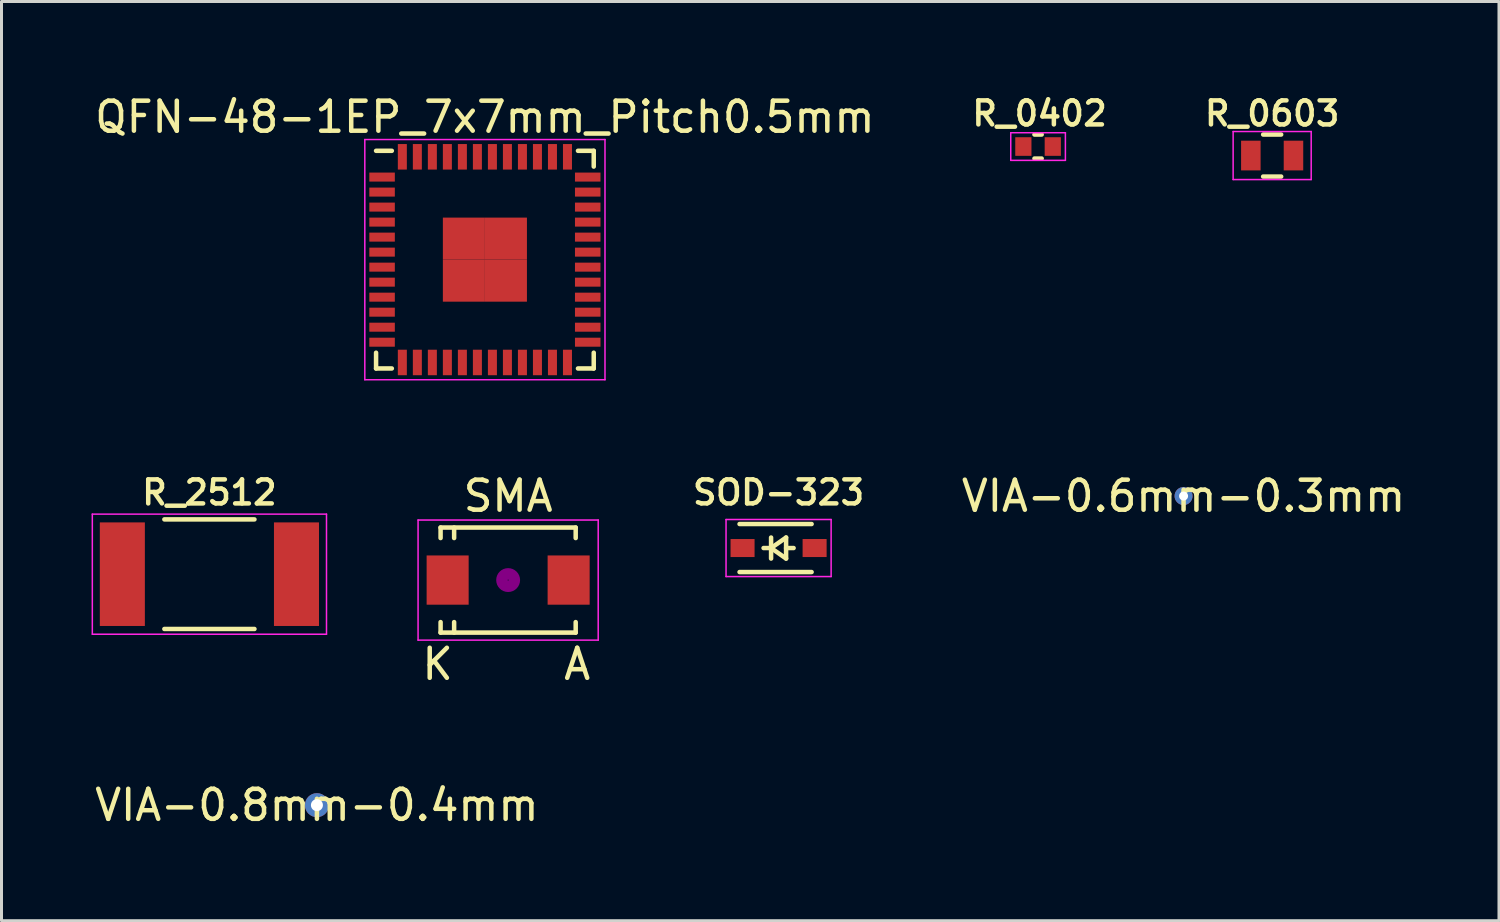
<source format=kicad_pcb>
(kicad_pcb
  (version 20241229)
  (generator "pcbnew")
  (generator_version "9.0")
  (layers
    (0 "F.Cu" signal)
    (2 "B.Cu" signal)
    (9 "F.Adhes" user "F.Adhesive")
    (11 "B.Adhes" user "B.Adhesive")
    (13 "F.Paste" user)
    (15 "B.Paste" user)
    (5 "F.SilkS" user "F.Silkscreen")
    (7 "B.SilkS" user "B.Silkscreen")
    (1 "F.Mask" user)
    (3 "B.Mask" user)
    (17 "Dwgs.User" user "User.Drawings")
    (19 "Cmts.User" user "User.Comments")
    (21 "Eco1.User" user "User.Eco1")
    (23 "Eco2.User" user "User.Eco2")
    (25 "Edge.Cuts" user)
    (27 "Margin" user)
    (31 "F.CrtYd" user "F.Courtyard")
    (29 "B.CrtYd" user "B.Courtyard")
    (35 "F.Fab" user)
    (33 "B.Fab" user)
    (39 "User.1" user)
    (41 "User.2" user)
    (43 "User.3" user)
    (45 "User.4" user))
  (footprint "SOD-323"
    (layer "F.Cu")
    (at 22.883 15.204)
    (property "Reference" "SOD-323" (at 0 -1.85 0) (layer "F.SilkS") (effects (font (size 0.8 0.8) (thickness 0.15))))
    (attr smd)
    (fp_line (start -1.3 -0.8) (end 1.1 -0.8) (stroke (width 0.15) (type solid)) (layer "F.SilkS"))
    (fp_line (start -1.3 0.8) (end 1.1 0.8) (stroke (width 0.15) (type solid)) (layer "F.SilkS"))
    (fp_line (start -0.25 -0.35) (end -0.25 0.35) (stroke (width 0.15) (type solid)) (layer "F.SilkS"))
    (fp_line (start -0.25 0) (end -0.5 0) (stroke (width 0.15) (type solid)) (layer "F.SilkS"))
    (fp_line (start -0.25 0) (end 0.25 -0.35) (stroke (width 0.15) (type solid)) (layer "F.SilkS"))
    (fp_line (start 0.25 -0.35) (end 0.25 0.35) (stroke (width 0.15) (type solid)) (layer "F.SilkS"))
    (fp_line (start 0.25 0) (end 0.5 0) (stroke (width 0.15) (type solid)) (layer "F.SilkS"))
    (fp_line (start 0.25 0.35) (end -0.25 0) (stroke (width 0.15) (type solid)) (layer "F.SilkS"))
    (fp_line (start -1.75 -0.95) (end -1.75 0.95) (stroke (width 0.05) (type solid)) (layer "F.CrtYd"))
    (fp_line (start -1.75 -0.95) (end 1.75 -0.95) (stroke (width 0.05) (type solid)) (layer "F.CrtYd"))
    (fp_line (start -1.75 0.95) (end 1.75 0.95) (stroke (width 0.05) (type solid)) (layer "F.CrtYd"))
    (fp_line (start 1.75 -0.95) (end 1.75 0.95) (stroke (width 0.05) (type solid)) (layer "F.CrtYd"))
    (pad "1" smd rect (at -1.2 0) (size 0.8 0.6) (layers "F.Cu" "F.Mask" "F.Paste"))
    (pad "2" smd rect (at 1.2 0) (size 0.8 0.6) (layers "F.Cu" "F.Mask" "F.Paste")))
  (footprint "R_2512"
    (layer "F.Cu")
    (at 3.925 16.075)
    (property "Reference" "R_2512" (at 0 -2.72 0) (layer "F.SilkS") (effects (font (size 0.8 0.8) (thickness 0.15))))
    (attr smd)
    (fp_line (start -1.5 -1.825) (end 1.5 -1.825) (stroke (width 0.15) (type solid)) (layer "F.SilkS"))
    (fp_line (start 1.5 1.825) (end -1.5 1.825) (stroke (width 0.15) (type solid)) (layer "F.SilkS"))
    (fp_line (start -3.9 -2) (end -3.9 2) (stroke (width 0.05) (type solid)) (layer "F.CrtYd"))
    (fp_line (start -3.9 -2) (end 3.9 -2) (stroke (width 0.05) (type solid)) (layer "F.CrtYd"))
    (fp_line (start -3.9 2) (end 3.9 2) (stroke (width 0.05) (type solid)) (layer "F.CrtYd"))
    (fp_line (start 3.9 -2) (end 3.9 2) (stroke (width 0.05) (type solid)) (layer "F.CrtYd"))
    (pad "1" smd rect (at -2.9 0) (size 1.5 3.45) (layers "F.Cu" "F.Mask" "F.Paste"))
    (pad "2" smd rect (at 2.9 0) (size 1.5 3.45) (layers "F.Cu" "F.Mask" "F.Paste")))
  (footprint "R_0603"
    (layer "F.Cu")
    (at 39.323 2.131)
    (property "Reference" "R_0603" (at 0 -1.4 0) (layer "F.SilkS") (effects (font (size 0.8 0.8) (thickness 0.15))))
    (attr smd)
    (fp_line (start -0.3 -0.7) (end 0.3 -0.7) (stroke (width 0.15) (type solid)) (layer "F.SilkS"))
    (fp_line (start 0.3 0.7) (end -0.3 0.7) (stroke (width 0.15) (type solid)) (layer "F.SilkS"))
    (fp_line (start -1.3 -0.8) (end -1.3 0.8) (stroke (width 0.05) (type solid)) (layer "F.CrtYd"))
    (fp_line (start -1.3 -0.8) (end 1.3 -0.8) (stroke (width 0.05) (type solid)) (layer "F.CrtYd"))
    (fp_line (start -1.3 0.8) (end 1.3 0.8) (stroke (width 0.05) (type solid)) (layer "F.CrtYd"))
    (fp_line (start 1.3 -0.8) (end 1.3 0.8) (stroke (width 0.05) (type solid)) (layer "F.CrtYd"))
    (pad "1" smd rect (at -0.71 0) (size 0.65 0.99) (layers "F.Cu" "F.Mask" "F.Paste"))
    (pad "2" smd rect (at 0.71 0) (size 0.65 0.99) (layers "F.Cu" "F.Mask" "F.Paste")))
  (footprint "R_0402"
    (layer "F.Cu")
    (at 31.526 1.831)
    (property "Reference" "R_0402" (at 0.05 -1.1 0) (layer "F.SilkS") (effects (font (size 0.8 0.8) (thickness 0.15))))
    (attr smd)
    (fp_line (start -0.12 -0.4) (end 0.12 -0.4) (stroke (width 0.15) (type solid)) (layer "F.SilkS"))
    (fp_line (start 0.12 0.4) (end -0.12 0.4) (stroke (width 0.15) (type solid)) (layer "F.SilkS"))
    (fp_line (start -0.91 -0.46) (end -0.91 0.46) (stroke (width 0.05) (type solid)) (layer "F.CrtYd"))
    (fp_line (start -0.91 -0.46) (end 0.91 -0.46) (stroke (width 0.05) (type solid)) (layer "F.CrtYd"))
    (fp_line (start -0.91 0.46) (end 0.91 0.46) (stroke (width 0.05) (type solid)) (layer "F.CrtYd"))
    (fp_line (start 0.91 -0.46) (end 0.91 0.46) (stroke (width 0.05) (type solid)) (layer "F.CrtYd"))
    (pad "1" smd rect (at -0.49 0) (size 0.54 0.62) (layers "F.Cu" "F.Mask" "F.Paste"))
    (pad "2" smd rect (at 0.49 0) (size 0.54 0.62) (layers "F.Cu" "F.Mask" "F.Paste")))
  (footprint "SMA"
    (layer "F.Cu")
    (at 13.875 16.271)
    (property "Reference" "SMA" (at 0 -2.8 0) (layer "F.SilkS") (effects (font (size 1 1) (thickness 0.15))))
    (attr smd)
    (fp_line (start -2.25 -1.75) (end -2.25 -1.4) (stroke (width 0.15) (type solid)) (layer "F.SilkS"))
    (fp_line (start -2.25 -1.75) (end 2.25 -1.75) (stroke (width 0.15) (type solid)) (layer "F.SilkS"))
    (fp_line (start -2.25 1.75) (end -2.25 1.4) (stroke (width 0.15) (type solid)) (layer "F.SilkS"))
    (fp_line (start -2.25 1.75) (end 2.25 1.75) (stroke (width 0.15) (type solid)) (layer "F.SilkS"))
    (fp_line (start -1.799 -1.75) (end -1.799 -1.4) (stroke (width 0.15) (type solid)) (layer "F.SilkS"))
    (fp_line (start -1.799 1.75) (end -1.799 1.4) (stroke (width 0.15) (type solid)) (layer "F.SilkS"))
    (fp_line (start 2.25 -1.75) (end 2.25 -1.4) (stroke (width 0.15) (type solid)) (layer "F.SilkS"))
    (fp_line (start 2.25 1.75) (end 2.25 1.4) (stroke (width 0.15) (type solid)) (layer "F.SilkS"))
    (fp_circle (center 0 0) (end 0.201 -0.051) (stroke (width 0.381) (type solid)) (fill no) (layer "F.Adhes"))
    (fp_line (start -3 -2) (end 3 -2) (stroke (width 0.05) (type solid)) (layer "F.CrtYd"))
    (fp_line (start -3 2) (end -3 -2) (stroke (width 0.05) (type solid)) (layer "F.CrtYd"))
    (fp_line (start 3 -2) (end 3 2) (stroke (width 0.05) (type solid)) (layer "F.CrtYd"))
    (fp_line (start 3 2) (end -3 2) (stroke (width 0.05) (type solid)) (layer "F.CrtYd"))
    (fp_text user "A" (at 2.3 2.8 0) (layer "F.SilkS") (effects (font (size 1 1) (thickness 0.15))))
    (fp_text user "K" (at -2.35 2.8 0) (layer "F.SilkS") (effects (font (size 1 1) (thickness 0.15))))
    (pad "1" smd rect (at -2.015 0) (size 1.4 1.64) (layers "F.Cu" "F.Mask" "F.Paste"))
    (pad "2" smd rect (at 2.015 0) (size 1.4 1.64) (layers "F.Cu" "F.Mask" "F.Paste")))
  (footprint "QFN-48-1EP_7x7mm_Pitch0.5mm"
    (layer "F.Cu")
    (at 13.101 5.598)
    (property "Reference" "QFN-48-1EP_7x7mm_Pitch0.5mm" (at 0 -4.75 0) (layer "F.SilkS") (effects (font (size 1 1) (thickness 0.15))))
    (attr smd)
    (fp_line (start -3.625 -3.625) (end -3.1 -3.625) (stroke (width 0.15) (type solid)) (layer "F.SilkS"))
    (fp_line (start -3.625 3.625) (end -3.625 3.1) (stroke (width 0.15) (type solid)) (layer "F.SilkS"))
    (fp_line (start -3.625 3.625) (end -3.1 3.625) (stroke (width 0.15) (type solid)) (layer "F.SilkS"))
    (fp_line (start 3.625 -3.625) (end 3.1 -3.625) (stroke (width 0.15) (type solid)) (layer "F.SilkS"))
    (fp_line (start 3.625 -3.625) (end 3.625 -3.1) (stroke (width 0.15) (type solid)) (layer "F.SilkS"))
    (fp_line (start 3.625 3.625) (end 3.1 3.625) (stroke (width 0.15) (type solid)) (layer "F.SilkS"))
    (fp_line (start 3.625 3.625) (end 3.625 3.1) (stroke (width 0.15) (type solid)) (layer "F.SilkS"))
    (fp_line (start -4 -4) (end -4 4) (stroke (width 0.05) (type solid)) (layer "F.CrtYd"))
    (fp_line (start -4 -4) (end 4 -4) (stroke (width 0.05) (type solid)) (layer "F.CrtYd"))
    (fp_line (start -4 4) (end 4 4) (stroke (width 0.05) (type solid)) (layer "F.CrtYd"))
    (fp_line (start 4 -4) (end 4 4) (stroke (width 0.05) (type solid)) (layer "F.CrtYd"))
    (pad "1" smd rect (at -3.425 -2.75) (size 0.85 0.3) (layers "F.Cu" "F.Mask" "F.Paste"))
    (pad "2" smd rect (at -3.425 -2.25) (size 0.85 0.3) (layers "F.Cu" "F.Mask" "F.Paste"))
    (pad "3" smd rect (at -3.425 -1.75) (size 0.85 0.3) (layers "F.Cu" "F.Mask" "F.Paste"))
    (pad "4" smd rect (at -3.425 -1.25) (size 0.85 0.3) (layers "F.Cu" "F.Mask" "F.Paste"))
    (pad "5" smd rect (at -3.425 -0.75) (size 0.85 0.3) (layers "F.Cu" "F.Mask" "F.Paste"))
    (pad "6" smd rect (at -3.425 -0.25) (size 0.85 0.3) (layers "F.Cu" "F.Mask" "F.Paste"))
    (pad "7" smd rect (at -3.425 0.25) (size 0.85 0.3) (layers "F.Cu" "F.Mask" "F.Paste"))
    (pad "8" smd rect (at -3.425 0.75) (size 0.85 0.3) (layers "F.Cu" "F.Mask" "F.Paste"))
    (pad "9" smd rect (at -3.425 1.25) (size 0.85 0.3) (layers "F.Cu" "F.Mask" "F.Paste"))
    (pad "10" smd rect (at -3.425 1.75) (size 0.85 0.3) (layers "F.Cu" "F.Mask" "F.Paste"))
    (pad "11" smd rect (at -3.425 2.25) (size 0.85 0.3) (layers "F.Cu" "F.Mask" "F.Paste"))
    (pad "12" smd rect (at -3.425 2.75) (size 0.85 0.3) (layers "F.Cu" "F.Mask" "F.Paste"))
    (pad "13" smd rect (at -2.75 3.425 90) (size 0.85 0.3) (layers "F.Cu" "F.Mask" "F.Paste"))
    (pad "14" smd rect (at -2.25 3.425 90) (size 0.85 0.3) (layers "F.Cu" "F.Mask" "F.Paste"))
    (pad "15" smd rect (at -1.75 3.425 90) (size 0.85 0.3) (layers "F.Cu" "F.Mask" "F.Paste"))
    (pad "16" smd rect (at -1.25 3.425 90) (size 0.85 0.3) (layers "F.Cu" "F.Mask" "F.Paste"))
    (pad "17" smd rect (at -0.75 3.425 90) (size 0.85 0.3) (layers "F.Cu" "F.Mask" "F.Paste"))
    (pad "18" smd rect (at -0.25 3.425 90) (size 0.85 0.3) (layers "F.Cu" "F.Mask" "F.Paste"))
    (pad "19" smd rect (at 0.25 3.425 90) (size 0.85 0.3) (layers "F.Cu" "F.Mask" "F.Paste"))
    (pad "20" smd rect (at 0.75 3.425 90) (size 0.85 0.3) (layers "F.Cu" "F.Mask" "F.Paste"))
    (pad "21" smd rect (at 1.25 3.425 90) (size 0.85 0.3) (layers "F.Cu" "F.Mask" "F.Paste"))
    (pad "22" smd rect (at 1.75 3.425 90) (size 0.85 0.3) (layers "F.Cu" "F.Mask" "F.Paste"))
    (pad "23" smd rect (at 2.25 3.425 90) (size 0.85 0.3) (layers "F.Cu" "F.Mask" "F.Paste"))
    (pad "24" smd rect (at 2.75 3.425 90) (size 0.85 0.3) (layers "F.Cu" "F.Mask" "F.Paste"))
    (pad "25" smd rect (at 3.425 2.75) (size 0.85 0.3) (layers "F.Cu" "F.Mask" "F.Paste"))
    (pad "26" smd rect (at 3.425 2.25) (size 0.85 0.3) (layers "F.Cu" "F.Mask" "F.Paste"))
    (pad "27" smd rect (at 3.425 1.75) (size 0.85 0.3) (layers "F.Cu" "F.Mask" "F.Paste"))
    (pad "28" smd rect (at 3.425 1.25) (size 0.85 0.3) (layers "F.Cu" "F.Mask" "F.Paste"))
    (pad "29" smd rect (at 3.425 0.75) (size 0.85 0.3) (layers "F.Cu" "F.Mask" "F.Paste"))
    (pad "30" smd rect (at 3.425 0.25) (size 0.85 0.3) (layers "F.Cu" "F.Mask" "F.Paste"))
    (pad "31" smd rect (at 3.425 -0.25) (size 0.85 0.3) (layers "F.Cu" "F.Mask" "F.Paste"))
    (pad "32" smd rect (at 3.425 -0.75) (size 0.85 0.3) (layers "F.Cu" "F.Mask" "F.Paste"))
    (pad "33" smd rect (at 3.425 -1.25) (size 0.85 0.3) (layers "F.Cu" "F.Mask" "F.Paste"))
    (pad "34" smd rect (at 3.425 -1.75) (size 0.85 0.3) (layers "F.Cu" "F.Mask" "F.Paste"))
    (pad "35" smd rect (at 3.425 -2.25) (size 0.85 0.3) (layers "F.Cu" "F.Mask" "F.Paste"))
    (pad "36" smd rect (at 3.425 -2.75) (size 0.85 0.3) (layers "F.Cu" "F.Mask" "F.Paste"))
    (pad "37" smd rect (at 2.75 -3.425 90) (size 0.85 0.3) (layers "F.Cu" "F.Mask" "F.Paste"))
    (pad "38" smd rect (at 2.25 -3.425 90) (size 0.85 0.3) (layers "F.Cu" "F.Mask" "F.Paste"))
    (pad "39" smd rect (at 1.75 -3.425 90) (size 0.85 0.3) (layers "F.Cu" "F.Mask" "F.Paste"))
    (pad "40" smd rect (at 1.25 -3.425 90) (size 0.85 0.3) (layers "F.Cu" "F.Mask" "F.Paste"))
    (pad "41" smd rect (at 0.75 -3.425 90) (size 0.85 0.3) (layers "F.Cu" "F.Mask" "F.Paste"))
    (pad "42" smd rect (at 0.25 -3.425 90) (size 0.85 0.3) (layers "F.Cu" "F.Mask" "F.Paste"))
    (pad "43" smd rect (at -0.25 -3.425 90) (size 0.85 0.3) (layers "F.Cu" "F.Mask" "F.Paste"))
    (pad "44" smd rect (at -0.75 -3.425 90) (size 0.85 0.3) (layers "F.Cu" "F.Mask" "F.Paste"))
    (pad "45" smd rect (at -1.25 -3.425 90) (size 0.85 0.3) (layers "F.Cu" "F.Mask" "F.Paste"))
    (pad "46" smd rect (at -1.75 -3.425 90) (size 0.85 0.3) (layers "F.Cu" "F.Mask" "F.Paste"))
    (pad "47" smd rect (at -2.25 -3.425 90) (size 0.85 0.3) (layers "F.Cu" "F.Mask" "F.Paste"))
    (pad "48" smd rect (at -2.75 -3.425 90) (size 0.85 0.3) (layers "F.Cu" "F.Mask" "F.Paste"))
    (pad "49" smd rect (at -0.7 -0.7) (size 1.4 1.4) (layers "F.Cu" "F.Mask" "F.Paste"))
    (pad "49" smd rect (at -0.7 0.7) (size 1.4 1.4) (layers "F.Cu" "F.Mask" "F.Paste"))
    (pad "49" smd rect (at 0.7 -0.7) (size 1.4 1.4) (layers "F.Cu" "F.Mask" "F.Paste"))
    (pad "49" smd rect (at 0.7 0.7) (size 1.4 1.4) (layers "F.Cu" "F.Mask" "F.Paste")))
  (footprint "VIA-0.6mm-0.3mm"
    (layer "F.Cu")
    (at 36.372 13.472)
    (property "Reference" "VIA-0.6mm-0.3mm" (at 0 0 0) (layer "F.SilkS") (effects (font (size 1 1) (thickness 0.15))))
    (attr through_hole)
    (pad "1" thru_hole circle (at 0 0) (size 0.6 0.6) (drill 0.3) (layers "*.Cu")))
  (footprint "VIA-0.8mm-0.4mm"
    (layer "F.Cu")
    (at 7.506 23.768)
    (property "Reference" "VIA-0.8mm-0.4mm" (at 0 0 0) (layer "F.SilkS") (effects (font (size 1 1) (thickness 0.15))))
    (attr through_hole)
    (pad "1" thru_hole circle (at 0 0) (size 0.8 0.8) (drill 0.4) (layers "*.Cu")))
  (gr_rect
    (start -3 -3)
    (end 46.878 27.616)
    (stroke (width 0.1) (type default))
    (fill no)
    (layer "Edge.Cuts")))
</source>
